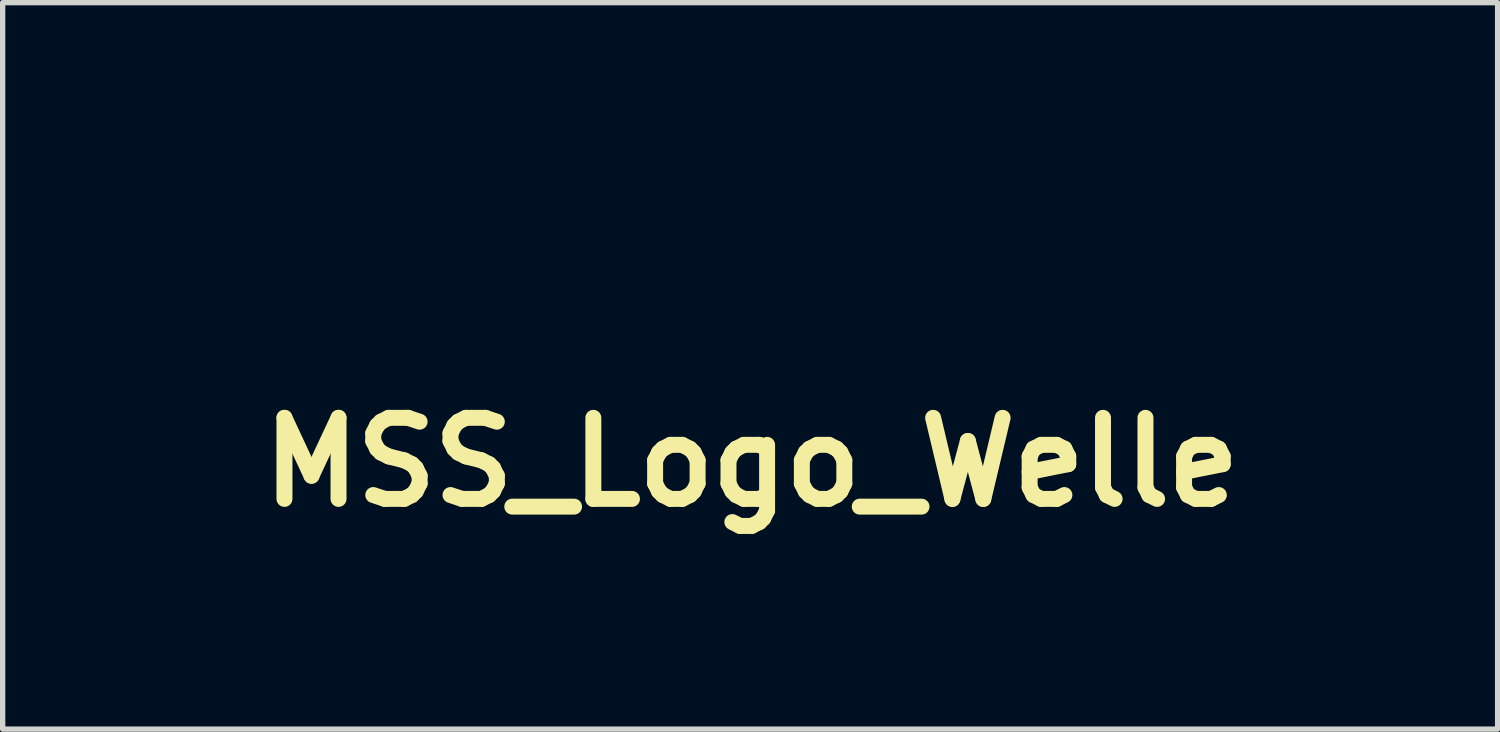
<source format=kicad_pcb>
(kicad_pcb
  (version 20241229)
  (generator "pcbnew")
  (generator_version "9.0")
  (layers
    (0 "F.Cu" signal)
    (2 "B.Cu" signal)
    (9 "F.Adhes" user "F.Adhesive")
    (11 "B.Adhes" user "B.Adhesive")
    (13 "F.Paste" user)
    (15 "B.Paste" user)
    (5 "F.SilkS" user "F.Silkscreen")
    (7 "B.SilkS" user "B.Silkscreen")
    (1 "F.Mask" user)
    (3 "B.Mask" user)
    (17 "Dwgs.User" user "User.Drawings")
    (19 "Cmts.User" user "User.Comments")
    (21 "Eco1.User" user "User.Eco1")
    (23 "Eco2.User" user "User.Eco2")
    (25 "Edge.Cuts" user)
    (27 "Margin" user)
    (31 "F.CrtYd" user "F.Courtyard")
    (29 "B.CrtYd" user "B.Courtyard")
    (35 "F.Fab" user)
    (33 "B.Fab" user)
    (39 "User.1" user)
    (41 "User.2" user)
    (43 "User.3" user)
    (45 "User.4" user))
  (footprint "MSS_Logo_Welle"
    (layer "F.Cu")
    (at 11.078 5.638)
    (property "Reference" "MSS_Logo_Welle" (at 0 0 0) (layer "F.SilkS") (effects (font (size 1.524 1.524) (thickness 0.3))))
    (attr through_hole)
    (fp_poly (pts (xy 3.885 1.421) (xy 3.889 1.454) (xy 3.885 1.458) (xy 3.868 1.454) (xy 3.866 1.439) (xy 3.877 1.416) (xy 3.885 1.421)) (stroke (width 0.01) (type solid)) (fill yes) (layer "F.Mask"))
    (fp_poly (pts (xy 5.074 1.275) (xy 5.048 1.309) (xy 5.014 1.322) (xy 4.995 1.306) (xy 4.995 1.304) (xy 5.018 1.271) (xy 5.04 1.259) (xy 5.073 1.258) (xy 5.074 1.275)) (stroke (width 0.01) (type solid)) (fill yes) (layer "F.Mask"))
    (fp_poly (pts (xy 3.944 1.543) (xy 3.968 1.566) (xy 4.033 1.627) (xy 4.091 1.673) (xy 4.102 1.679) (xy 4.13 1.706) (xy 4.144 1.754) (xy 4.145 1.838) (xy 4.143 1.877) (xy 4.138 1.968) (xy 4.13 2.01) (xy 4.118 2.012) (xy 4.097 1.98) (xy 4.048 1.93) (xy 4.008 1.927) (xy 3.973 1.929) (xy 3.951 1.906) (xy 3.937 1.849) (xy 3.929 1.748) (xy 3.926 1.695) (xy 3.919 1.604) (xy 3.909 1.535) (xy 3.902 1.512) (xy 3.908 1.511) (xy 3.944 1.543)) (stroke (width 0.01) (type solid)) (fill yes) (layer "F.Mask"))
    (fp_poly (pts (xy 5.371 -5.63) (xy 5.412 -5.579) (xy 5.424 -5.545) (xy 5.443 -5.471) (xy 5.469 -5.369) (xy 5.489 -5.292) (xy 5.507 -5.192) (xy 5.524 -5.04) (xy 5.54 -4.836) (xy 5.554 -4.586) (xy 5.561 -4.417) (xy 5.58 -3.958) (xy 5.598 -3.555) (xy 5.616 -3.209) (xy 5.632 -2.918) (xy 5.648 -2.683) (xy 5.663 -2.504) (xy 5.673 -2.413) (xy 5.688 -2.281) (xy 5.705 -2.12) (xy 5.721 -1.956) (xy 5.727 -1.891) (xy 5.743 -1.737) (xy 5.764 -1.577) (xy 5.786 -1.435) (xy 5.796 -1.383) (xy 5.818 -1.269) (xy 5.837 -1.166) (xy 5.847 -1.096) (xy 5.848 -1.093) (xy 5.862 -1.026) (xy 5.884 -1.012) (xy 5.909 -1.046) (xy 5.932 -1.127) (xy 5.941 -1.171) (xy 5.959 -1.268) (xy 5.979 -1.343) (xy 5.992 -1.376) (xy 6.04 -1.408) (xy 6.097 -1.401) (xy 6.137 -1.358) (xy 6.138 -1.355) (xy 6.168 -1.309) (xy 6.193 -1.298) (xy 6.216 -1.321) (xy 6.233 -1.39) (xy 6.246 -1.512) (xy 6.246 -1.517) (xy 6.256 -1.63) (xy 6.27 -1.781) (xy 6.287 -1.949) (xy 6.304 -2.117) (xy 6.305 -2.131) (xy 6.321 -2.292) (xy 6.335 -2.448) (xy 6.345 -2.585) (xy 6.349 -2.685) (xy 6.349 -2.695) (xy 6.359 -2.82) (xy 6.386 -2.905) (xy 6.406 -2.935) (xy 6.436 -2.97) (xy 6.463 -2.985) (xy 6.486 -2.977) (xy 6.506 -2.941) (xy 6.524 -2.874) (xy 6.54 -2.772) (xy 6.556 -2.63) (xy 6.572 -2.445) (xy 6.589 -2.213) (xy 6.607 -1.93) (xy 6.614 -1.826) (xy 6.63 -1.593) (xy 6.645 -1.413) (xy 6.661 -1.284) (xy 6.678 -1.203) (xy 6.697 -1.167) (xy 6.718 -1.173) (xy 6.742 -1.219) (xy 6.744 -1.225) (xy 6.762 -1.302) (xy 6.773 -1.401) (xy 6.774 -1.434) (xy 6.779 -1.522) (xy 6.791 -1.645) (xy 6.808 -1.781) (xy 6.816 -1.834) (xy 6.834 -1.969) (xy 6.849 -2.098) (xy 6.857 -2.202) (xy 6.857 -2.232) (xy 6.867 -2.341) (xy 6.89 -2.461) (xy 6.901 -2.5) (xy 6.919 -2.58) (xy 6.937 -2.7) (xy 6.954 -2.848) (xy 6.968 -3.007) (xy 6.97 -3.05) (xy 6.987 -3.28) (xy 7.006 -3.457) (xy 7.027 -3.587) (xy 7.051 -3.674) (xy 7.079 -3.721) (xy 7.089 -3.728) (xy 7.123 -3.736) (xy 7.153 -3.712) (xy 7.181 -3.653) (xy 7.205 -3.557) (xy 7.227 -3.422) (xy 7.247 -3.243) (xy 7.265 -3.019) (xy 7.282 -2.747) (xy 7.298 -2.423) (xy 7.311 -2.088) (xy 7.321 -1.82) (xy 7.331 -1.603) (xy 7.339 -1.432) (xy 7.347 -1.302) (xy 7.356 -1.207) (xy 7.366 -1.142) (xy 7.377 -1.102) (xy 7.391 -1.082) (xy 7.406 -1.077) (xy 7.414 -1.078) (xy 7.447 -1.106) (xy 7.494 -1.171) (xy 7.547 -1.261) (xy 7.554 -1.274) (xy 7.61 -1.395) (xy 7.646 -1.511) (xy 7.67 -1.648) (xy 7.677 -1.714) (xy 7.711 -1.922) (xy 7.763 -2.1) (xy 7.776 -2.133) (xy 7.827 -2.249) (xy 7.863 -2.323) (xy 7.889 -2.365) (xy 7.912 -2.385) (xy 7.938 -2.393) (xy 7.938 -2.393) (xy 7.968 -2.391) (xy 7.99 -2.362) (xy 8.009 -2.297) (xy 8.028 -2.194) (xy 8.046 -2.123) (xy 8.076 -2.094) (xy 8.116 -2.088) (xy 8.16 -2.081) (xy 8.193 -2.053) (xy 8.219 -1.995) (xy 8.244 -1.898) (xy 8.269 -1.764) (xy 8.3 -1.594) (xy 8.331 -1.477) (xy 8.363 -1.409) (xy 8.399 -1.387) (xy 8.444 -1.407) (xy 8.499 -1.466) (xy 8.511 -1.482) (xy 8.562 -1.542) (xy 8.602 -1.577) (xy 8.612 -1.58) (xy 8.641 -1.558) (xy 8.683 -1.503) (xy 8.697 -1.48) (xy 8.737 -1.419) (xy 8.765 -1.4) (xy 8.795 -1.416) (xy 8.804 -1.424) (xy 8.856 -1.459) (xy 8.885 -1.468) (xy 8.9 -1.466) (xy 8.911 -1.468) (xy 8.919 -1.483) (xy 8.926 -1.519) (xy 8.934 -1.585) (xy 8.946 -1.691) (xy 8.959 -1.82) (xy 8.983 -2.013) (xy 9.007 -2.154) (xy 9.034 -2.248) (xy 9.064 -2.3) (xy 9.096 -2.314) (xy 9.135 -2.291) (xy 9.186 -2.231) (xy 9.238 -2.151) (xy 9.281 -2.066) (xy 9.305 -1.996) (xy 9.324 -1.939) (xy 9.36 -1.924) (xy 9.4 -1.929) (xy 9.467 -1.931) (xy 9.514 -1.897) (xy 9.548 -1.818) (xy 9.559 -1.78) (xy 9.589 -1.702) (xy 9.621 -1.675) (xy 9.65 -1.7) (xy 9.665 -1.745) (xy 9.696 -1.822) (xy 9.734 -1.875) (xy 9.773 -1.9) (xy 9.806 -1.891) (xy 9.838 -1.843) (xy 9.874 -1.748) (xy 9.89 -1.7) (xy 9.924 -1.608) (xy 9.955 -1.564) (xy 9.993 -1.559) (xy 10.044 -1.585) (xy 10.09 -1.601) (xy 10.143 -1.583) (xy 10.179 -1.559) (xy 10.252 -1.521) (xy 10.303 -1.531) (xy 10.336 -1.593) (xy 10.349 -1.653) (xy 10.376 -1.752) (xy 10.422 -1.848) (xy 10.476 -1.926) (xy 10.529 -1.97) (xy 10.551 -1.976) (xy 10.595 -1.953) (xy 10.656 -1.89) (xy 10.712 -1.817) (xy 10.788 -1.714) (xy 10.867 -1.611) (xy 10.92 -1.547) (xy 10.992 -1.438) (xy 11.016 -1.336) (xy 10.991 -1.248) (xy 10.969 -1.22) (xy 10.919 -1.189) (xy 10.873 -1.202) (xy 10.828 -1.248) (xy 10.77 -1.328) (xy 10.713 -1.426) (xy 10.668 -1.517) (xy 10.619 -1.571) (xy 10.572 -1.58) (xy 10.528 -1.574) (xy 10.504 -1.544) (xy 10.488 -1.477) (xy 10.483 -1.446) (xy 10.454 -1.273) (xy 10.419 -1.136) (xy 10.381 -1.043) (xy 10.349 -1.004) (xy 10.31 -0.992) (xy 10.271 -1.016) (xy 10.228 -1.065) (xy 10.165 -1.134) (xy 10.123 -1.155) (xy 10.104 -1.128) (xy 10.104 -1.115) (xy 10.084 -1.079) (xy 10.038 -1.076) (xy 9.981 -1.102) (xy 9.942 -1.139) (xy 9.884 -1.195) (xy 9.832 -1.224) (xy 9.788 -1.227) (xy 9.761 -1.193) (xy 9.748 -1.154) (xy 9.716 -1.082) (xy 9.674 -1.034) (xy 9.674 -1.034) (xy 9.621 -1.029) (xy 9.563 -1.067) (xy 9.509 -1.135) (xy 9.47 -1.22) (xy 9.454 -1.311) (xy 9.454 -1.312) (xy 9.446 -1.399) (xy 9.424 -1.468) (xy 9.418 -1.479) (xy 9.386 -1.513) (xy 9.358 -1.5) (xy 9.344 -1.484) (xy 9.295 -1.444) (xy 9.255 -1.457) (xy 9.224 -1.51) (xy 9.189 -1.566) (xy 9.156 -1.572) (xy 9.123 -1.526) (xy 9.086 -1.427) (xy 9.075 -1.39) (xy 9.024 -1.256) (xy 8.958 -1.147) (xy 8.884 -1.068) (xy 8.809 -1.025) (xy 8.739 -1.024) (xy 8.693 -1.058) (xy 8.661 -1.085) (xy 8.623 -1.074) (xy 8.598 -1.058) (xy 8.536 -1.025) (xy 8.495 -1.016) (xy 8.448 -0.994) (xy 8.417 -0.96) (xy 8.377 -0.912) (xy 8.34 -0.908) (xy 8.302 -0.951) (xy 8.26 -1.044) (xy 8.224 -1.15) (xy 8.166 -1.31) (xy 8.106 -1.425) (xy 8.052 -1.493) (xy 7.984 -1.581) (xy 7.959 -1.667) (xy 7.959 -1.682) (xy 7.952 -1.749) (xy 7.937 -1.788) (xy 7.936 -1.789) (xy 7.896 -1.791) (xy 7.865 -1.74) (xy 7.843 -1.635) (xy 7.837 -1.58) (xy 7.795 -1.339) (xy 7.717 -1.12) (xy 7.656 -1.008) (xy 7.634 -0.968) (xy 7.616 -0.924) (xy 7.602 -0.869) (xy 7.591 -0.794) (xy 7.582 -0.69) (xy 7.573 -0.548) (xy 7.563 -0.361) (xy 7.561 -0.316) (xy 7.548 -0.073) (xy 7.534 0.119) (xy 7.519 0.264) (xy 7.502 0.368) (xy 7.483 0.435) (xy 7.459 0.471) (xy 7.435 0.48) (xy 7.4 0.466) (xy 7.374 0.421) (xy 7.353 0.338) (xy 7.337 0.21) (xy 7.326 0.071) (xy 7.313 -0.064) (xy 7.296 -0.191) (xy 7.277 -0.291) (xy 7.268 -0.325) (xy 7.257 -0.379) (xy 7.244 -0.481) (xy 7.23 -0.622) (xy 7.215 -0.793) (xy 7.2 -0.986) (xy 7.185 -1.191) (xy 7.172 -1.4) (xy 7.16 -1.605) (xy 7.15 -1.796) (xy 7.143 -1.965) (xy 7.14 -2.103) (xy 7.14 -2.15) (xy 7.133 -2.254) (xy 7.114 -2.319) (xy 7.086 -2.339) (xy 7.053 -2.311) (xy 7.038 -2.261) (xy 7.029 -2.179) (xy 7.028 -2.131) (xy 7.022 -2.032) (xy 7.008 -1.904) (xy 6.989 -1.774) (xy 6.987 -1.764) (xy 6.969 -1.644) (xy 6.95 -1.489) (xy 6.933 -1.319) (xy 6.92 -1.166) (xy 6.904 -0.976) (xy 6.884 -0.836) (xy 6.862 -0.748) (xy 6.853 -0.728) (xy 6.814 -0.651) (xy 6.79 -0.579) (xy 6.754 -0.482) (xy 6.709 -0.432) (xy 6.663 -0.43) (xy 6.623 -0.478) (xy 6.609 -0.515) (xy 6.591 -0.593) (xy 6.573 -0.701) (xy 6.562 -0.79) (xy 6.539 -0.976) (xy 6.512 -1.115) (xy 6.483 -1.205) (xy 6.452 -1.241) (xy 6.446 -1.242) (xy 6.422 -1.226) (xy 6.41 -1.172) (xy 6.406 -1.079) (xy 6.402 -0.932) (xy 6.389 -0.781) (xy 6.37 -0.637) (xy 6.347 -0.515) (xy 6.321 -0.426) (xy 6.302 -0.388) (xy 6.241 -0.344) (xy 6.193 -0.352) (xy 6.167 -0.395) (xy 6.137 -0.441) (xy 6.112 -0.452) (xy 6.089 -0.427) (xy 6.072 -0.353) (xy 6.06 -0.243) (xy 6.037 -0.07) (xy 5.994 0.059) (xy 5.928 0.155) (xy 5.906 0.176) (xy 5.86 0.206) (xy 5.82 0.201) (xy 5.786 0.158) (xy 5.758 0.074) (xy 5.735 -0.054) (xy 5.716 -0.228) (xy 5.7 -0.454) (xy 5.687 -0.72) (xy 5.678 -0.892) (xy 5.665 -1.066) (xy 5.65 -1.224) (xy 5.634 -1.347) (xy 5.63 -1.369) (xy 5.594 -1.598) (xy 5.561 -1.852) (xy 5.529 -2.141) (xy 5.502 -2.441) (xy 5.483 -2.651) (xy 5.466 -2.811) (xy 5.451 -2.927) (xy 5.436 -3.004) (xy 5.42 -3.049) (xy 5.403 -3.067) (xy 5.402 -3.068) (xy 5.392 -3.049) (xy 5.382 -2.984) (xy 5.374 -2.871) (xy 5.366 -2.708) (xy 5.359 -2.493) (xy 5.353 -2.252) (xy 5.343 -1.83) (xy 5.335 -1.462) (xy 5.327 -1.143) (xy 5.321 -0.87) (xy 5.315 -0.638) (xy 5.31 -0.445) (xy 5.305 -0.286) (xy 5.3 -0.158) (xy 5.295 -0.058) (xy 5.29 0.018) (xy 5.284 0.074) (xy 5.278 0.114) (xy 5.271 0.14) (xy 5.264 0.157) (xy 5.255 0.169) (xy 5.245 0.178) (xy 5.236 0.186) (xy 5.212 0.229) (xy 5.198 0.305) (xy 5.193 0.425) (xy 5.193 0.461) (xy 5.19 0.585) (xy 5.185 0.701) (xy 5.176 0.786) (xy 5.175 0.795) (xy 5.158 0.899) (xy 5.038 0.841) (xy 4.974 0.807) (xy 4.935 0.772) (xy 4.911 0.719) (xy 4.892 0.633) (xy 4.886 0.596) (xy 4.856 0.403) (xy 4.829 0.168) (xy 4.804 -0.112) (xy 4.78 -0.442) (xy 4.77 -0.607) (xy 4.751 -0.917) (xy 4.735 -1.176) (xy 4.722 -1.389) (xy 4.71 -1.56) (xy 4.7 -1.695) (xy 4.691 -1.799) (xy 4.681 -1.876) (xy 4.672 -1.933) (xy 4.662 -1.973) (xy 4.65 -2.001) (xy 4.637 -2.024) (xy 4.622 -2.045) (xy 4.621 -2.046) (xy 4.583 -2.114) (xy 4.559 -2.203) (xy 4.545 -2.331) (xy 4.544 -2.342) (xy 4.535 -2.452) (xy 4.523 -2.517) (xy 4.505 -2.549) (xy 4.476 -2.562) (xy 4.472 -2.562) (xy 4.411 -2.549) (xy 4.359 -2.51) (xy 4.342 -2.487) (xy 4.328 -2.456) (xy 4.317 -2.41) (xy 4.309 -2.342) (xy 4.302 -2.244) (xy 4.296 -2.111) (xy 4.291 -1.933) (xy 4.285 -1.74) (xy 4.275 -1.344) (xy 4.265 -1.001) (xy 4.256 -0.704) (xy 4.247 -0.45) (xy 4.239 -0.234) (xy 4.23 -0.051) (xy 4.222 0.104) (xy 4.213 0.234) (xy 4.204 0.345) (xy 4.204 0.346) (xy 4.194 0.478) (xy 4.189 0.595) (xy 4.189 0.683) (xy 4.193 0.719) (xy 4.196 0.766) (xy 4.172 0.813) (xy 4.114 0.876) (xy 4.083 0.905) (xy 3.956 1.045) (xy 3.883 1.187) (xy 3.862 1.302) (xy 3.858 1.348) (xy 3.853 1.341) (xy 3.847 1.284) (xy 3.84 1.181) (xy 3.832 1.035) (xy 3.824 0.849) (xy 3.818 0.691) (xy 4.008 0.691) (xy 4.022 0.706) (xy 4.036 0.691) (xy 4.022 0.677) (xy 4.008 0.691) (xy 3.818 0.691) (xy 3.815 0.627) (xy 3.806 0.373) (xy 3.798 0.09) (xy 3.789 -0.22) (xy 3.782 -0.466) (xy 3.774 -0.768) (xy 3.766 -1.041) (xy 3.757 -1.282) (xy 3.749 -1.485) (xy 3.741 -1.648) (xy 3.733 -1.765) (xy 3.725 -1.833) (xy 3.721 -1.849) (xy 3.685 -1.853) (xy 3.653 -1.822) (xy 3.633 -1.776) (xy 3.62 -1.696) (xy 3.614 -1.574) (xy 3.612 -1.441) (xy 3.609 -1.283) (xy 3.6 -1.111) (xy 3.587 -0.935) (xy 3.571 -0.765) (xy 3.553 -0.611) (xy 3.533 -0.484) (xy 3.514 -0.393) (xy 3.497 -0.35) (xy 3.444 -0.314) (xy 3.391 -0.32) (xy 3.372 -0.339) (xy 3.361 -0.384) (xy 3.349 -0.48) (xy 3.336 -0.621) (xy 3.324 -0.8) (xy 3.312 -1.011) (xy 3.301 -1.25) (xy 3.291 -1.51) (xy 3.285 -1.713) (xy 3.278 -1.96) (xy 3.269 -2.155) (xy 3.259 -2.302) (xy 3.247 -2.405) (xy 3.232 -2.47) (xy 3.214 -2.5) (xy 3.193 -2.5) (xy 3.193 -2.5) (xy 3.185 -2.487) (xy 3.177 -2.456) (xy 3.169 -2.403) (xy 3.161 -2.323) (xy 3.153 -2.213) (xy 3.143 -2.069) (xy 3.133 -1.886) (xy 3.121 -1.661) (xy 3.108 -1.389) (xy 3.093 -1.066) (xy 3.086 -0.917) (xy 3.07 -0.566) (xy 3.056 -0.267) (xy 3.044 -0.016) (xy 3.033 0.191) (xy 3.025 0.359) (xy 3.017 0.492) (xy 3.01 0.593) (xy 3.004 0.668) (xy 2.999 0.72) (xy 2.993 0.753) (xy 2.988 0.773) (xy 2.985 0.779) (xy 2.973 0.82) (xy 2.958 0.902) (xy 2.942 1.012) (xy 2.935 1.072) (xy 2.912 1.239) (xy 2.886 1.353) (xy 2.857 1.419) (xy 2.823 1.439) (xy 2.786 1.419) (xy 2.779 1.41) (xy 2.764 1.357) (xy 2.749 1.249) (xy 2.734 1.088) (xy 2.72 0.874) (xy 2.706 0.61) (xy 2.693 0.298) (xy 2.682 -0.027) (xy 2.673 -0.266) (xy 2.664 -0.478) (xy 2.654 -0.657) (xy 2.645 -0.798) (xy 2.635 -0.893) (xy 2.627 -0.94) (xy 2.625 -0.942) (xy 2.592 -0.958) (xy 2.568 -0.93) (xy 2.55 -0.853) (xy 2.538 -0.725) (xy 2.535 -0.661) (xy 2.526 -0.526) (xy 2.512 -0.433) (xy 2.49 -0.37) (xy 2.466 -0.332) (xy 2.421 -0.284) (xy 2.386 -0.274) (xy 2.359 -0.305) (xy 2.339 -0.381) (xy 2.323 -0.507) (xy 2.312 -0.653) (xy 2.301 -0.814) (xy 2.287 -0.978) (xy 2.272 -1.124) (xy 2.262 -1.214) (xy 2.249 -1.327) (xy 2.235 -1.476) (xy 2.223 -1.643) (xy 2.213 -1.799) (xy 2.203 -1.959) (xy 2.193 -2.069) (xy 2.181 -2.137) (xy 2.166 -2.168) (xy 2.155 -2.173) (xy 2.125 -2.148) (xy 2.115 -2.095) (xy 2.111 -2.03) (xy 2.102 -1.929) (xy 2.089 -1.812) (xy 2.087 -1.792) (xy 2.059 -1.546) (xy 2.034 -1.302) (xy 2.012 -1.072) (xy 1.995 -0.864) (xy 1.983 -0.689) (xy 1.976 -0.557) (xy 1.976 -0.52) (xy 1.972 -0.39) (xy 1.961 -0.256) (xy 1.95 -0.167) (xy 1.932 -0.057) (xy 1.91 0.078) (xy 1.891 0.189) (xy 1.861 0.329) (xy 1.825 0.413) (xy 1.783 0.443) (xy 1.734 0.419) (xy 1.731 0.417) (xy 1.698 0.362) (xy 1.669 0.279) (xy 1.662 0.25) (xy 1.648 0.155) (xy 1.631 0.015) (xy 1.613 -0.162) (xy 1.595 -0.365) (xy 1.578 -0.583) (xy 1.562 -0.807) (xy 1.548 -1.027) (xy 1.538 -1.233) (xy 1.537 -1.263) (xy 1.529 -1.418) (xy 1.52 -1.553) (xy 1.51 -1.657) (xy 1.501 -1.72) (xy 1.496 -1.736) (xy 1.469 -1.742) (xy 1.447 -1.724) (xy 1.428 -1.677) (xy 1.411 -1.595) (xy 1.397 -1.476) (xy 1.384 -1.313) (xy 1.371 -1.104) (xy 1.359 -0.844) (xy 1.357 -0.804) (xy 1.345 -0.524) (xy 1.333 -0.295) (xy 1.321 -0.113) (xy 1.309 0.027) (xy 1.295 0.131) (xy 1.279 0.203) (xy 1.26 0.249) (xy 1.238 0.272) (xy 1.211 0.279) (xy 1.193 0.277) (xy 1.166 0.264) (xy 1.145 0.233) (xy 1.127 0.178) (xy 1.113 0.093) (xy 1.099 -0.03) (xy 1.087 -0.196) (xy 1.074 -0.41) (xy 1.072 -0.452) (xy 1.055 -0.734) (xy 1.038 -0.989) (xy 1.019 -1.21) (xy 1.001 -1.392) (xy 0.983 -1.529) (xy 0.969 -1.604) (xy 0.934 -1.683) (xy 0.882 -1.72) (xy 0.871 -1.721) (xy 0.845 -1.696) (xy 0.818 -1.626) (xy 0.794 -1.525) (xy 0.775 -1.404) (xy 0.774 -1.397) (xy 0.758 -1.285) (xy 0.733 -1.147) (xy 0.704 -1.008) (xy 0.7 -0.99) (xy 0.669 -0.839) (xy 0.64 -0.668) (xy 0.62 -0.516) (xy 0.62 -0.512) (xy 0.598 -0.357) (xy 0.569 -0.256) (xy 0.532 -0.209) (xy 0.486 -0.213) (xy 0.459 -0.235) (xy 0.44 -0.261) (xy 0.426 -0.303) (xy 0.414 -0.369) (xy 0.406 -0.467) (xy 0.398 -0.606) (xy 0.392 -0.77) (xy 0.386 -0.929) (xy 0.38 -1.067) (xy 0.375 -1.175) (xy 0.372 -1.243) (xy 0.37 -1.263) (xy 0.344 -1.269) (xy 0.325 -1.27) (xy 0.304 -1.266) (xy 0.288 -1.248) (xy 0.274 -1.21) (xy 0.262 -1.143) (xy 0.251 -1.041) (xy 0.239 -0.895) (xy 0.227 -0.75) (xy 0.21 -0.554) (xy 0.189 -0.41) (xy 0.164 -0.312) (xy 0.133 -0.258) (xy 0.094 -0.242) (xy 0.057 -0.254) (xy 0.031 -0.272) (xy 0.012 -0.301) (xy -0.004 -0.349) (xy -0.018 -0.424) (xy -0.03 -0.532) (xy -0.043 -0.682) (xy -0.056 -0.859) (xy -0.07 -1.026) (xy -0.086 -1.155) (xy -0.102 -1.239) (xy -0.117 -1.273) (xy -0.174 -1.282) (xy -0.222 -1.238) (xy -0.255 -1.152) (xy -0.296 -1.021) (xy -0.337 -0.941) (xy -0.38 -0.906) (xy -0.398 -0.903) (xy -0.451 -0.93) (xy -0.496 -1.008) (xy -0.532 -1.132) (xy -0.556 -1.295) (xy -0.558 -1.314) (xy -0.571 -1.43) (xy -0.586 -1.501) (xy -0.606 -1.536) (xy -0.628 -1.547) (xy -0.665 -1.54) (xy -0.677 -1.492) (xy -0.677 -1.477) (xy -0.685 -1.392) (xy -0.704 -1.289) (xy -0.731 -1.183) (xy -0.761 -1.09) (xy -0.789 -1.025) (xy -0.808 -1.005) (xy -0.852 -1.015) (xy -0.896 -1.068) (xy -0.932 -1.153) (xy -0.952 -1.241) (xy -0.97 -1.331) (xy -0.995 -1.366) (xy -1.031 -1.349) (xy -1.072 -1.299) (xy -1.127 -1.242) (xy -1.181 -1.214) (xy -1.188 -1.214) (xy -1.226 -1.208) (xy -1.249 -1.183) (xy -1.269 -1.124) (xy -1.281 -1.069) (xy -1.313 -0.988) (xy -1.347 -0.935) (xy -1.399 -0.895) (xy -1.444 -0.91) (xy -1.484 -0.979) (xy -1.509 -1.062) (xy -1.543 -1.163) (xy -1.576 -1.209) (xy -1.606 -1.199) (xy -1.631 -1.134) (xy -1.648 -1.024) (xy -1.668 -0.872) (xy -1.694 -0.749) (xy -1.723 -0.663) (xy -1.753 -0.623) (xy -1.761 -0.621) (xy -1.812 -0.635) (xy -1.856 -0.679) (xy -1.894 -0.758) (xy -1.929 -0.875) (xy -1.96 -1.035) (xy -1.991 -1.243) (xy -2.018 -1.475) (xy -2.038 -1.581) (xy -2.067 -1.633) (xy -2.108 -1.63) (xy -2.142 -1.597) (xy -2.195 -1.57) (xy -2.226 -1.571) (xy -2.263 -1.567) (xy -2.292 -1.523) (xy -2.311 -1.468) (xy -2.351 -1.373) (xy -2.399 -1.335) (xy -2.455 -1.352) (xy -2.499 -1.395) (xy -2.543 -1.446) (xy -2.577 -1.457) (xy -2.623 -1.433) (xy -2.634 -1.426) (xy -2.686 -1.375) (xy -2.715 -1.297) (xy -2.723 -1.246) (xy -2.737 -1.15) (xy -2.751 -1.066) (xy -2.755 -1.044) (xy -2.763 -0.989) (xy -2.773 -0.891) (xy -2.785 -0.766) (xy -2.795 -0.635) (xy -2.812 -0.422) (xy -2.827 -0.258) (xy -2.842 -0.138) (xy -2.858 -0.054) (xy -2.875 -0.001) (xy -2.895 0.03) (xy -2.898 0.032) (xy -2.937 0.049) (xy -2.982 0.022) (xy -2.992 0.012) (xy -3.016 -0.024) (xy -3.037 -0.083) (xy -3.055 -0.173) (xy -3.073 -0.305) (xy -3.087 -0.423) (xy -3.103 -0.584) (xy -3.117 -0.743) (xy -3.127 -0.882) (xy -3.131 -0.984) (xy -3.131 -0.988) (xy -3.136 -1.118) (xy -3.147 -1.2) (xy -3.165 -1.242) (xy -3.194 -1.254) (xy -3.214 -1.251) (xy -3.27 -1.264) (xy -3.313 -1.311) (xy -3.36 -1.361) (xy -3.405 -1.377) (xy -3.405 -1.377) (xy -3.455 -1.391) (xy -3.47 -1.411) (xy -3.5 -1.472) (xy -3.519 -1.51) (xy -3.536 -1.57) (xy -3.548 -1.661) (xy -3.552 -1.722) (xy -3.565 -1.825) (xy -3.593 -1.9) (xy -3.631 -1.936) (xy -3.673 -1.926) (xy -3.677 -1.922) (xy -3.689 -1.885) (xy -3.703 -1.804) (xy -3.717 -1.69) (xy -3.729 -1.555) (xy -3.729 -1.548) (xy -3.742 -1.374) (xy -3.757 -1.182) (xy -3.77 -1.001) (xy -3.778 -0.899) (xy -3.794 -0.729) (xy -3.816 -0.61) (xy -3.843 -0.533) (xy -3.85 -0.521) (xy -3.901 -0.445) (xy -3.967 -0.512) (xy -4.012 -0.58) (xy -4.061 -0.696) (xy -4.109 -0.847) (xy -4.145 -0.967) (xy -4.181 -1.069) (xy -4.211 -1.139) (xy -4.223 -1.159) (xy -4.255 -1.212) (xy -4.262 -1.239) (xy -4.284 -1.264) (xy -4.311 -1.265) (xy -4.349 -1.234) (xy -4.375 -1.156) (xy -4.379 -1.129) (xy -4.409 -0.938) (xy -4.433 -0.795) (xy -4.453 -0.694) (xy -4.47 -0.626) (xy -4.487 -0.585) (xy -4.504 -0.562) (xy -4.505 -0.561) (xy -4.555 -0.547) (xy -4.6 -0.586) (xy -4.639 -0.677) (xy -4.654 -0.734) (xy -4.673 -0.819) (xy -4.7 -0.939) (xy -4.73 -1.072) (xy -4.743 -1.129) (xy -4.777 -1.263) (xy -4.816 -1.391) (xy -4.854 -1.494) (xy -4.868 -1.524) (xy -4.914 -1.625) (xy -4.955 -1.728) (xy -4.966 -1.758) (xy -5 -1.834) (xy -5.039 -1.858) (xy -5.047 -1.857) (xy -5.065 -1.846) (xy -5.079 -1.818) (xy -5.091 -1.764) (xy -5.102 -1.677) (xy -5.113 -1.55) (xy -5.125 -1.375) (xy -5.127 -1.34) (xy -5.148 -1.057) (xy -5.17 -0.829) (xy -5.193 -0.654) (xy -5.218 -0.531) (xy -5.244 -0.457) (xy -5.267 -0.432) (xy -5.318 -0.439) (xy -5.38 -0.483) (xy -5.438 -0.55) (xy -5.453 -0.575) (xy -5.499 -0.686) (xy -5.548 -0.85) (xy -5.599 -1.066) (xy -5.652 -1.331) (xy -5.681 -1.491) (xy -5.708 -1.619) (xy -5.736 -1.715) (xy -5.763 -1.772) (xy -5.787 -1.782) (xy -5.792 -1.776) (xy -5.812 -1.747) (xy -5.851 -1.691) (xy -5.859 -1.679) (xy -5.901 -1.599) (xy -5.937 -1.497) (xy -5.948 -1.453) (xy -5.999 -1.224) (xy -6.041 -1.043) (xy -6.078 -0.908) (xy -6.11 -0.81) (xy -6.141 -0.746) (xy -6.172 -0.709) (xy -6.205 -0.693) (xy -6.222 -0.691) (xy -6.26 -0.706) (xy -6.293 -0.755) (xy -6.326 -0.847) (xy -6.354 -0.954) (xy -6.373 -1.058) (xy -6.376 -1.106) (xy -6.385 -1.179) (xy -6.402 -1.224) (xy -6.406 -1.228) (xy -6.43 -1.267) (xy -6.435 -1.3) (xy -6.453 -1.345) (xy -6.492 -1.352) (xy -6.527 -1.318) (xy -6.53 -1.312) (xy -6.567 -1.274) (xy -6.621 -1.28) (xy -6.66 -1.312) (xy -6.715 -1.352) (xy -6.76 -1.336) (xy -6.785 -1.284) (xy -6.819 -1.224) (xy -6.87 -1.209) (xy -6.923 -1.236) (xy -6.96 -1.304) (xy -6.961 -1.305) (xy -6.995 -1.376) (xy -7.034 -1.393) (xy -7.072 -1.355) (xy -7.092 -1.298) (xy -7.128 -1.157) (xy -7.155 -1.061) (xy -7.177 -1.002) (xy -7.196 -0.972) (xy -7.217 -0.961) (xy -7.233 -0.96) (xy -7.282 -0.986) (xy -7.314 -1.045) (xy -7.352 -1.115) (xy -7.4 -1.16) (xy -7.448 -1.205) (xy -7.492 -1.277) (xy -7.497 -1.288) (xy -7.536 -1.357) (xy -7.574 -1.37) (xy -7.61 -1.325) (xy -7.638 -1.25) (xy -7.685 -1.116) (xy -7.731 -1.038) (xy -7.772 -1.016) (xy -7.831 -1.043) (xy -7.887 -1.121) (xy -7.937 -1.242) (xy -7.946 -1.272) (xy -7.978 -1.385) (xy -8 -1.452) (xy -8.015 -1.483) (xy -8.03 -1.488) (xy -8.049 -1.474) (xy -8.056 -1.469) (xy -8.09 -1.419) (xy -8.115 -1.346) (xy -8.139 -1.27) (xy -8.167 -1.217) (xy -8.194 -1.175) (xy -8.239 -1.098) (xy -8.293 -0.998) (xy -8.312 -0.963) (xy -8.38 -0.842) (xy -8.435 -0.77) (xy -8.48 -0.74) (xy -8.484 -0.739) (xy -8.514 -0.738) (xy -8.537 -0.749) (xy -8.557 -0.778) (xy -8.573 -0.834) (xy -8.59 -0.922) (xy -8.608 -1.049) (xy -8.629 -1.224) (xy -8.638 -1.298) (xy -8.662 -1.496) (xy -8.68 -1.645) (xy -8.695 -1.752) (xy -8.708 -1.823) (xy -8.72 -1.865) (xy -8.733 -1.885) (xy -8.746 -1.891) (xy -8.747 -1.891) (xy -8.765 -1.875) (xy -8.784 -1.825) (xy -8.805 -1.737) (xy -8.828 -1.608) (xy -8.855 -1.434) (xy -8.884 -1.213) (xy -8.918 -0.941) (xy -8.935 -0.799) (xy -8.959 -0.704) (xy -8.999 -0.62) (xy -9.008 -0.607) (xy -9.05 -0.559) (xy -9.081 -0.553) (xy -9.116 -0.578) (xy -9.156 -0.645) (xy -9.191 -0.764) (xy -9.22 -0.934) (xy -9.242 -1.15) (xy -9.248 -1.224) (xy -9.262 -1.38) (xy -9.283 -1.48) (xy -9.308 -1.525) (xy -9.337 -1.514) (xy -9.372 -1.448) (xy -9.41 -1.325) (xy -9.414 -1.311) (xy -9.443 -1.215) (xy -9.474 -1.138) (xy -9.495 -1.105) (xy -9.553 -1.08) (xy -9.62 -1.101) (xy -9.68 -1.162) (xy -9.695 -1.187) (xy -9.738 -1.252) (xy -9.772 -1.263) (xy -9.807 -1.218) (xy -9.82 -1.187) (xy -9.856 -1.124) (xy -9.894 -1.089) (xy -9.948 -1.082) (xy -9.991 -1.11) (xy -10.026 -1.182) (xy -10.059 -1.302) (xy -10.063 -1.322) (xy -10.096 -1.459) (xy -10.126 -1.543) (xy -10.153 -1.579) (xy -10.178 -1.572) (xy -10.189 -1.539) (xy -10.208 -1.461) (xy -10.231 -1.349) (xy -10.257 -1.214) (xy -10.262 -1.185) (xy -10.29 -1.038) (xy -10.32 -0.902) (xy -10.349 -0.793) (xy -10.372 -0.723) (xy -10.374 -0.719) (xy -10.425 -0.647) (xy -10.481 -0.621) (xy -10.533 -0.645) (xy -10.552 -0.671) (xy -10.57 -0.724) (xy -10.593 -0.818) (xy -10.619 -0.94) (xy -10.645 -1.074) (xy -10.668 -1.208) (xy -10.686 -1.326) (xy -10.696 -1.415) (xy -10.697 -1.439) (xy -10.703 -1.54) (xy -10.72 -1.619) (xy -10.743 -1.662) (xy -10.753 -1.665) (xy -10.781 -1.639) (xy -10.809 -1.568) (xy -10.835 -1.465) (xy -10.852 -1.355) (xy -10.874 -1.208) (xy -10.903 -1.08) (xy -10.936 -0.979) (xy -10.97 -0.918) (xy -10.994 -0.903) (xy -11.042 -0.928) (xy -11.07 -0.992) (xy -11.073 -1.084) (xy -11.052 -1.184) (xy -11.032 -1.266) (xy -11.01 -1.386) (xy -10.991 -1.527) (xy -10.978 -1.637) (xy -10.957 -1.823) (xy -10.93 -2.003) (xy -10.9 -2.168) (xy -10.868 -2.31) (xy -10.837 -2.419) (xy -10.808 -2.486) (xy -10.792 -2.503) (xy -10.751 -2.508) (xy -10.716 -2.486) (xy -10.685 -2.432) (xy -10.656 -2.34) (xy -10.629 -2.205) (xy -10.6 -2.022) (xy -10.582 -1.891) (xy -10.555 -1.687) (xy -10.533 -1.532) (xy -10.514 -1.421) (xy -10.499 -1.345) (xy -10.485 -1.299) (xy -10.471 -1.277) (xy -10.455 -1.27) (xy -10.454 -1.27) (xy -10.438 -1.271) (xy -10.424 -1.281) (xy -10.412 -1.308) (xy -10.399 -1.359) (xy -10.383 -1.443) (xy -10.362 -1.569) (xy -10.342 -1.692) (xy -10.306 -1.886) (xy -10.27 -2.027) (xy -10.233 -2.122) (xy -10.194 -2.173) (xy -10.177 -2.182) (xy -10.138 -2.185) (xy -10.103 -2.158) (xy -10.071 -2.095) (xy -10.038 -1.99) (xy -10.001 -1.837) (xy -9.989 -1.779) (xy -9.961 -1.676) (xy -9.93 -1.626) (xy -9.893 -1.625) (xy -9.854 -1.66) (xy -9.791 -1.712) (xy -9.733 -1.71) (xy -9.676 -1.654) (xy -9.654 -1.621) (xy -9.61 -1.56) (xy -9.572 -1.531) (xy -9.562 -1.53) (xy -9.539 -1.561) (xy -9.509 -1.631) (xy -9.478 -1.724) (xy -9.451 -1.822) (xy -9.432 -1.911) (xy -9.426 -1.965) (xy -9.411 -2.023) (xy -9.373 -2.09) (xy -9.327 -2.147) (xy -9.286 -2.173) (xy -9.284 -2.173) (xy -9.248 -2.147) (xy -9.213 -2.077) (xy -9.182 -1.975) (xy -9.162 -1.853) (xy -9.161 -1.849) (xy -9.143 -1.683) (xy -9.128 -1.565) (xy -9.116 -1.487) (xy -9.104 -1.44) (xy -9.092 -1.418) (xy -9.076 -1.411) (xy -9.071 -1.411) (xy -9.052 -1.414) (xy -9.037 -1.43) (xy -9.025 -1.466) (xy -9.011 -1.532) (xy -8.996 -1.636) (xy -8.977 -1.786) (xy -8.974 -1.806) (xy -8.94 -2.021) (xy -8.897 -2.183) (xy -8.844 -2.296) (xy -8.8 -2.348) (xy -8.735 -2.381) (xy -8.676 -2.359) (xy -8.624 -2.283) (xy -8.58 -2.156) (xy -8.545 -1.978) (xy -8.52 -1.768) (xy -8.504 -1.595) (xy -8.492 -1.471) (xy -8.48 -1.388) (xy -8.467 -1.337) (xy -8.452 -1.31) (xy -8.432 -1.3) (xy -8.41 -1.298) (xy -8.364 -1.314) (xy -8.354 -1.337) (xy -8.337 -1.385) (xy -8.301 -1.443) (xy -8.258 -1.519) (xy -8.229 -1.608) (xy -8.228 -1.609) (xy -8.208 -1.696) (xy -8.178 -1.803) (xy -8.165 -1.849) (xy -8.112 -1.983) (xy -8.059 -2.061) (xy -8.005 -2.086) (xy -7.956 -2.057) (xy -7.912 -1.977) (xy -7.877 -1.845) (xy -7.86 -1.729) (xy -7.84 -1.605) (xy -7.816 -1.538) (xy -7.787 -1.526) (xy -7.757 -1.57) (xy -7.725 -1.669) (xy -7.705 -1.761) (xy -7.665 -1.907) (xy -7.616 -1.999) (xy -7.562 -2.036) (xy -7.509 -2.02) (xy -7.461 -1.95) (xy -7.423 -1.826) (xy -7.409 -1.747) (xy -7.384 -1.636) (xy -7.345 -1.561) (xy -7.301 -1.527) (xy -7.258 -1.537) (xy -7.222 -1.596) (xy -7.212 -1.633) (xy -7.167 -1.727) (xy -7.091 -1.784) (xy -6.999 -1.799) (xy -6.924 -1.776) (xy -6.87 -1.755) (xy -6.834 -1.774) (xy -6.813 -1.801) (xy -6.751 -1.853) (xy -6.682 -1.856) (xy -6.638 -1.829) (xy -6.608 -1.817) (xy -6.568 -1.842) (xy -6.524 -1.89) (xy -6.464 -1.949) (xy -6.419 -1.967) (xy -6.411 -1.964) (xy -6.365 -1.907) (xy -6.325 -1.802) (xy -6.294 -1.657) (xy -6.278 -1.525) (xy -6.266 -1.417) (xy -6.251 -1.332) (xy -6.236 -1.285) (xy -6.232 -1.281) (xy -6.189 -1.281) (xy -6.15 -1.322) (xy -6.127 -1.39) (xy -6.124 -1.422) (xy -6.105 -1.57) (xy -6.05 -1.749) (xy -5.964 -1.95) (xy -5.937 -2.004) (xy -5.867 -2.126) (xy -5.81 -2.198) (xy -5.761 -2.221) (xy -5.715 -2.198) (xy -5.686 -2.162) (xy -5.652 -2.089) (xy -5.614 -1.973) (xy -5.575 -1.828) (xy -5.539 -1.668) (xy -5.51 -1.505) (xy -5.502 -1.453) (xy -5.474 -1.281) (xy -5.443 -1.148) (xy -5.41 -1.058) (xy -5.377 -1.018) (xy -5.369 -1.016) (xy -5.35 -1.018) (xy -5.335 -1.031) (xy -5.323 -1.06) (xy -5.313 -1.113) (xy -5.304 -1.198) (xy -5.295 -1.321) (xy -5.285 -1.489) (xy -5.279 -1.595) (xy -5.26 -1.891) (xy -5.242 -2.135) (xy -5.222 -2.331) (xy -5.201 -2.483) (xy -5.177 -2.595) (xy -5.149 -2.671) (xy -5.118 -2.716) (xy -5.082 -2.733) (xy -5.057 -2.732) (xy -5.027 -2.705) (xy -4.995 -2.633) (xy -4.96 -2.513) (xy -4.921 -2.342) (xy -4.886 -2.161) (xy -4.858 -2.051) (xy -4.814 -1.919) (xy -4.762 -1.79) (xy -4.757 -1.78) (xy -4.706 -1.662) (xy -4.661 -1.546) (xy -4.631 -1.455) (xy -4.628 -1.445) (xy -4.6 -1.363) (xy -4.571 -1.338) (xy -4.541 -1.368) (xy -4.511 -1.456) (xy -4.48 -1.599) (xy -4.449 -1.798) (xy -4.432 -1.926) (xy -4.408 -2.091) (xy -4.384 -2.206) (xy -4.356 -2.277) (xy -4.323 -2.31) (xy -4.304 -2.314) (xy -4.267 -2.298) (xy -4.237 -2.247) (xy -4.211 -2.154) (xy -4.189 -2.015) (xy -4.17 -1.834) (xy -4.152 -1.672) (xy -4.133 -1.558) (xy -4.11 -1.481) (xy -4.088 -1.443) (xy -4.049 -1.366) (xy -4.036 -1.296) (xy -4.023 -1.227) (xy -3.992 -1.192) (xy -3.952 -1.202) (xy -3.949 -1.205) (xy -3.938 -1.24) (xy -3.926 -1.322) (xy -3.912 -1.441) (xy -3.899 -1.585) (xy -3.891 -1.695) (xy -3.873 -1.924) (xy -3.85 -2.102) (xy -3.822 -2.236) (xy -3.786 -2.332) (xy -3.742 -2.395) (xy -3.703 -2.424) (xy -3.664 -2.436) (xy -3.624 -2.42) (xy -3.569 -2.368) (xy -3.545 -2.343) (xy -3.484 -2.263) (xy -3.439 -2.185) (xy -3.427 -2.153) (xy -3.399 -2.04) (xy -3.374 -1.972) (xy -3.345 -1.94) (xy -3.314 -1.933) (xy -3.278 -1.945) (xy -3.256 -1.99) (xy -3.244 -2.06) (xy -3.224 -2.166) (xy -3.192 -2.252) (xy -3.156 -2.305) (xy -3.135 -2.314) (xy -3.102 -2.302) (xy -3.075 -2.26) (xy -3.052 -2.184) (xy -3.032 -2.066) (xy -3.013 -1.902) (xy -3.002 -1.787) (xy -2.988 -1.635) (xy -2.975 -1.504) (xy -2.962 -1.404) (xy -2.953 -1.343) (xy -2.949 -1.331) (xy -2.919 -1.331) (xy -2.886 -1.388) (xy -2.848 -1.5) (xy -2.824 -1.593) (xy -2.785 -1.737) (xy -2.745 -1.829) (xy -2.702 -1.874) (xy -2.653 -1.876) (xy -2.635 -1.868) (xy -2.547 -1.848) (xy -2.463 -1.871) (xy -2.403 -1.93) (xy -2.393 -1.952) (xy -2.357 -2.018) (xy -2.309 -2.063) (xy -2.265 -2.075) (xy -2.244 -2.06) (xy -2.205 -2.039) (xy -2.15 -2.032) (xy -2.03 -2.007) (xy -1.94 -1.937) (xy -1.883 -1.826) (xy -1.863 -1.678) (xy -1.863 -1.676) (xy -1.847 -1.621) (xy -1.811 -1.609) (xy -1.781 -1.62) (xy -1.757 -1.661) (xy -1.735 -1.743) (xy -1.723 -1.799) (xy -1.693 -1.936) (xy -1.664 -2.025) (xy -1.634 -2.073) (xy -1.598 -2.088) (xy -1.595 -2.088) (xy -1.56 -2.06) (xy -1.526 -1.977) (xy -1.494 -1.841) (xy -1.481 -1.764) (xy -1.463 -1.661) (xy -1.445 -1.609) (xy -1.421 -1.6) (xy -1.381 -1.63) (xy -1.35 -1.661) (xy -1.273 -1.724) (xy -1.214 -1.736) (xy -1.21 -1.734) (xy -1.161 -1.739) (xy -1.125 -1.79) (xy -1.073 -1.851) (xy -1.026 -1.863) (xy -0.975 -1.853) (xy -0.96 -1.836) (xy -0.941 -1.795) (xy -0.9 -1.754) (xy -0.859 -1.734) (xy -0.846 -1.736) (xy -0.831 -1.77) (xy -0.814 -1.843) (xy -0.805 -1.913) (xy -0.786 -2.043) (xy -0.761 -2.174) (xy -0.733 -2.293) (xy -0.705 -2.385) (xy -0.68 -2.436) (xy -0.678 -2.438) (xy -0.638 -2.45) (xy -0.619 -2.436) (xy -0.583 -2.379) (xy -0.544 -2.284) (xy -0.505 -2.168) (xy -0.474 -2.049) (xy -0.455 -1.944) (xy -0.452 -1.895) (xy -0.444 -1.803) (xy -0.423 -1.727) (xy -0.413 -1.707) (xy -0.38 -1.671) (xy -0.352 -1.678) (xy -0.324 -1.704) (xy -0.256 -1.74) (xy -0.215 -1.738) (xy -0.137 -1.725) (xy -0.098 -1.722) (xy -0.042 -1.695) (xy -0.009 -1.637) (xy 0.03 -1.573) (xy 0.071 -1.552) (xy 0.103 -1.577) (xy 0.113 -1.63) (xy 0.116 -1.726) (xy 0.124 -1.862) (xy 0.135 -2.022) (xy 0.149 -2.192) (xy 0.164 -2.358) (xy 0.179 -2.506) (xy 0.193 -2.62) (xy 0.2 -2.667) (xy 0.231 -2.793) (xy 0.27 -2.878) (xy 0.314 -2.916) (xy 0.355 -2.905) (xy 0.386 -2.857) (xy 0.413 -2.766) (xy 0.437 -2.63) (xy 0.458 -2.447) (xy 0.476 -2.214) (xy 0.49 -1.93) (xy 0.503 -1.592) (xy 0.505 -1.503) (xy 0.519 -1.432) (xy 0.546 -1.41) (xy 0.577 -1.435) (xy 0.599 -1.507) (xy 0.601 -1.517) (xy 0.616 -1.597) (xy 0.642 -1.708) (xy 0.674 -1.827) (xy 0.676 -1.834) (xy 0.704 -1.955) (xy 0.731 -2.108) (xy 0.752 -2.271) (xy 0.761 -2.371) (xy 0.773 -2.504) (xy 0.785 -2.62) (xy 0.796 -2.704) (xy 0.804 -2.742) (xy 0.844 -2.793) (xy 0.899 -2.812) (xy 0.94 -2.796) (xy 0.958 -2.755) (xy 0.978 -2.672) (xy 0.998 -2.561) (xy 1.017 -2.436) (xy 1.033 -2.31) (xy 1.042 -2.198) (xy 1.044 -2.147) (xy 1.052 -2.049) (xy 1.072 -1.925) (xy 1.1 -1.795) (xy 1.132 -1.679) (xy 1.163 -1.599) (xy 1.163 -1.599) (xy 1.191 -1.564) (xy 1.214 -1.577) (xy 1.235 -1.638) (xy 1.254 -1.752) (xy 1.268 -1.878) (xy 1.283 -2.029) (xy 1.301 -2.209) (xy 1.318 -2.392) (xy 1.329 -2.498) (xy 1.353 -2.701) (xy 1.38 -2.852) (xy 1.413 -2.956) (xy 1.453 -3.018) (xy 1.483 -3.038) (xy 1.538 -3.035) (xy 1.569 -3.015) (xy 1.585 -2.994) (xy 1.598 -2.959) (xy 1.61 -2.907) (xy 1.62 -2.829) (xy 1.63 -2.72) (xy 1.64 -2.575) (xy 1.651 -2.386) (xy 1.663 -2.149) (xy 1.666 -2.088) (xy 1.68 -1.826) (xy 1.695 -1.592) (xy 1.711 -1.391) (xy 1.726 -1.228) (xy 1.741 -1.109) (xy 1.756 -1.038) (xy 1.763 -1.021) (xy 1.79 -1.021) (xy 1.814 -1.064) (xy 1.83 -1.136) (xy 1.834 -1.191) (xy 1.84 -1.273) (xy 1.856 -1.385) (xy 1.874 -1.487) (xy 1.889 -1.578) (xy 1.905 -1.712) (xy 1.921 -1.877) (xy 1.936 -2.057) (xy 1.947 -2.215) (xy 1.961 -2.409) (xy 1.979 -2.606) (xy 1.999 -2.791) (xy 2.019 -2.948) (xy 2.034 -3.038) (xy 2.057 -3.166) (xy 2.075 -3.281) (xy 2.086 -3.365) (xy 2.088 -3.396) (xy 2.101 -3.483) (xy 2.134 -3.554) (xy 2.176 -3.601) (xy 2.221 -3.616) (xy 2.258 -3.589) (xy 2.269 -3.563) (xy 2.293 -3.456) (xy 2.314 -3.304) (xy 2.33 -3.119) (xy 2.341 -2.911) (xy 2.345 -2.723) (xy 2.35 -2.468) (xy 2.359 -2.262) (xy 2.373 -2.107) (xy 2.39 -2.006) (xy 2.411 -1.958) (xy 2.416 -1.956) (xy 2.439 -1.974) (xy 2.459 -2.039) (xy 2.466 -2.083) (xy 2.49 -2.188) (xy 2.528 -2.261) (xy 2.572 -2.294) (xy 2.616 -2.281) (xy 2.624 -2.273) (xy 2.64 -2.229) (xy 2.658 -2.141) (xy 2.677 -2.019) (xy 2.694 -1.874) (xy 2.697 -1.842) (xy 2.713 -1.692) (xy 2.73 -1.556) (xy 2.746 -1.446) (xy 2.76 -1.377) (xy 2.762 -1.369) (xy 2.776 -1.311) (xy 2.788 -1.22) (xy 2.8 -1.089) (xy 2.812 -0.914) (xy 2.821 -0.755) (xy 2.845 -0.736) (xy 2.861 -0.734) (xy 2.877 -0.753) (xy 2.892 -0.811) (xy 2.907 -0.91) (xy 2.922 -1.052) (xy 2.937 -1.239) (xy 2.952 -1.474) (xy 2.967 -1.758) (xy 2.983 -2.094) (xy 2.999 -2.482) (xy 3.007 -2.681) (xy 3.02 -3.003) (xy 3.033 -3.273) (xy 3.046 -3.496) (xy 3.059 -3.676) (xy 3.073 -3.817) (xy 3.089 -3.925) (xy 3.107 -4.003) (xy 3.127 -4.057) (xy 3.148 -4.089) (xy 3.195 -4.12) (xy 3.235 -4.103) (xy 3.269 -4.037) (xy 3.297 -3.921) (xy 3.32 -3.752) (xy 3.338 -3.53) (xy 3.348 -3.344) (xy 3.359 -3.138) (xy 3.374 -2.931) (xy 3.391 -2.731) (xy 3.409 -2.545) (xy 3.429 -2.381) (xy 3.448 -2.248) (xy 3.467 -2.152) (xy 3.484 -2.102) (xy 3.489 -2.097) (xy 3.509 -2.096) (xy 3.526 -2.114) (xy 3.539 -2.155) (xy 3.551 -2.226) (xy 3.561 -2.331) (xy 3.571 -2.478) (xy 3.58 -2.671) (xy 3.587 -2.836) (xy 3.603 -3.174) (xy 3.619 -3.455) (xy 3.635 -3.681) (xy 3.652 -3.851) (xy 3.668 -3.964) (xy 3.682 -4.015) (xy 3.724 -4.057) (xy 3.779 -4.058) (xy 3.823 -4.019) (xy 3.825 -4.015) (xy 3.832 -3.974) (xy 3.839 -3.885) (xy 3.847 -3.756) (xy 3.855 -3.594) (xy 3.863 -3.41) (xy 3.868 -3.246) (xy 3.875 -3.02) (xy 3.883 -2.787) (xy 3.89 -2.56) (xy 3.897 -2.354) (xy 3.903 -2.183) (xy 3.906 -2.117) (xy 3.912 -1.952) (xy 3.918 -1.749) (xy 3.925 -1.526) (xy 3.932 -1.302) (xy 3.937 -1.129) (xy 3.945 -0.86) (xy 3.953 -0.642) (xy 3.961 -0.471) (xy 3.97 -0.342) (xy 3.98 -0.249) (xy 3.991 -0.188) (xy 4.005 -0.154) (xy 4.021 -0.141) (xy 4.024 -0.141) (xy 4.046 -0.155) (xy 4.058 -0.201) (xy 4.063 -0.29) (xy 4.063 -0.346) (xy 4.065 -0.458) (xy 4.068 -0.617) (xy 4.074 -0.812) (xy 4.082 -1.034) (xy 4.091 -1.272) (xy 4.102 -1.517) (xy 4.112 -1.759) (xy 4.123 -1.988) (xy 4.134 -2.194) (xy 4.144 -2.366) (xy 4.15 -2.455) (xy 4.163 -2.623) (xy 4.178 -2.745) (xy 4.194 -2.828) (xy 4.215 -2.884) (xy 4.229 -2.907) (xy 4.262 -2.977) (xy 4.288 -3.074) (xy 4.296 -3.127) (xy 4.32 -3.25) (xy 4.363 -3.335) (xy 4.367 -3.338) (xy 4.409 -3.408) (xy 4.438 -3.498) (xy 4.44 -3.511) (xy 4.469 -3.611) (xy 4.52 -3.658) (xy 4.571 -3.662) (xy 4.602 -3.643) (xy 4.625 -3.595) (xy 4.641 -3.512) (xy 4.65 -3.386) (xy 4.654 -3.211) (xy 4.654 -3.208) (xy 4.657 -3.067) (xy 4.663 -2.968) (xy 4.676 -2.896) (xy 4.698 -2.837) (xy 4.726 -2.784) (xy 4.746 -2.75) (xy 4.762 -2.719) (xy 4.775 -2.683) (xy 4.787 -2.638) (xy 4.797 -2.577) (xy 4.807 -2.494) (xy 4.816 -2.384) (xy 4.827 -2.24) (xy 4.84 -2.056) (xy 4.854 -1.827) (xy 4.869 -1.595) (xy 4.891 -1.252) (xy 4.912 -0.951) (xy 4.93 -0.693) (xy 4.947 -0.482) (xy 4.961 -0.32) (xy 4.973 -0.208) (xy 4.983 -0.15) (xy 4.986 -0.141) (xy 5.011 -0.147) (xy 5.043 -0.187) (xy 5.07 -0.242) (xy 5.08 -0.289) (xy 5.093 -0.362) (xy 5.105 -0.39) (xy 5.109 -0.426) (xy 5.115 -0.513) (xy 5.121 -0.647) (xy 5.128 -0.823) (xy 5.135 -1.035) (xy 5.142 -1.279) (xy 5.149 -1.55) (xy 5.155 -1.843) (xy 5.162 -2.153) (xy 5.163 -2.215) (xy 5.173 -2.74) (xy 5.183 -3.211) (xy 5.192 -3.63) (xy 5.2 -4.001) (xy 5.208 -4.326) (xy 5.216 -4.606) (xy 5.224 -4.846) (xy 5.231 -5.047) (xy 5.239 -5.212) (xy 5.246 -5.344) (xy 5.253 -5.445) (xy 5.261 -5.517) (xy 5.269 -5.564) (xy 5.276 -5.585) (xy 5.322 -5.633) (xy 5.371 -5.63)) (stroke (width 0.01) (type solid)) (fill yes) (layer "F.Mask")))
  (gr_rect
    (start -3 -3)
    (end 25.099 10.655)
    (stroke (width 0.1) (type default))
    (fill no)
    (layer "Edge.Cuts")))
</source>
